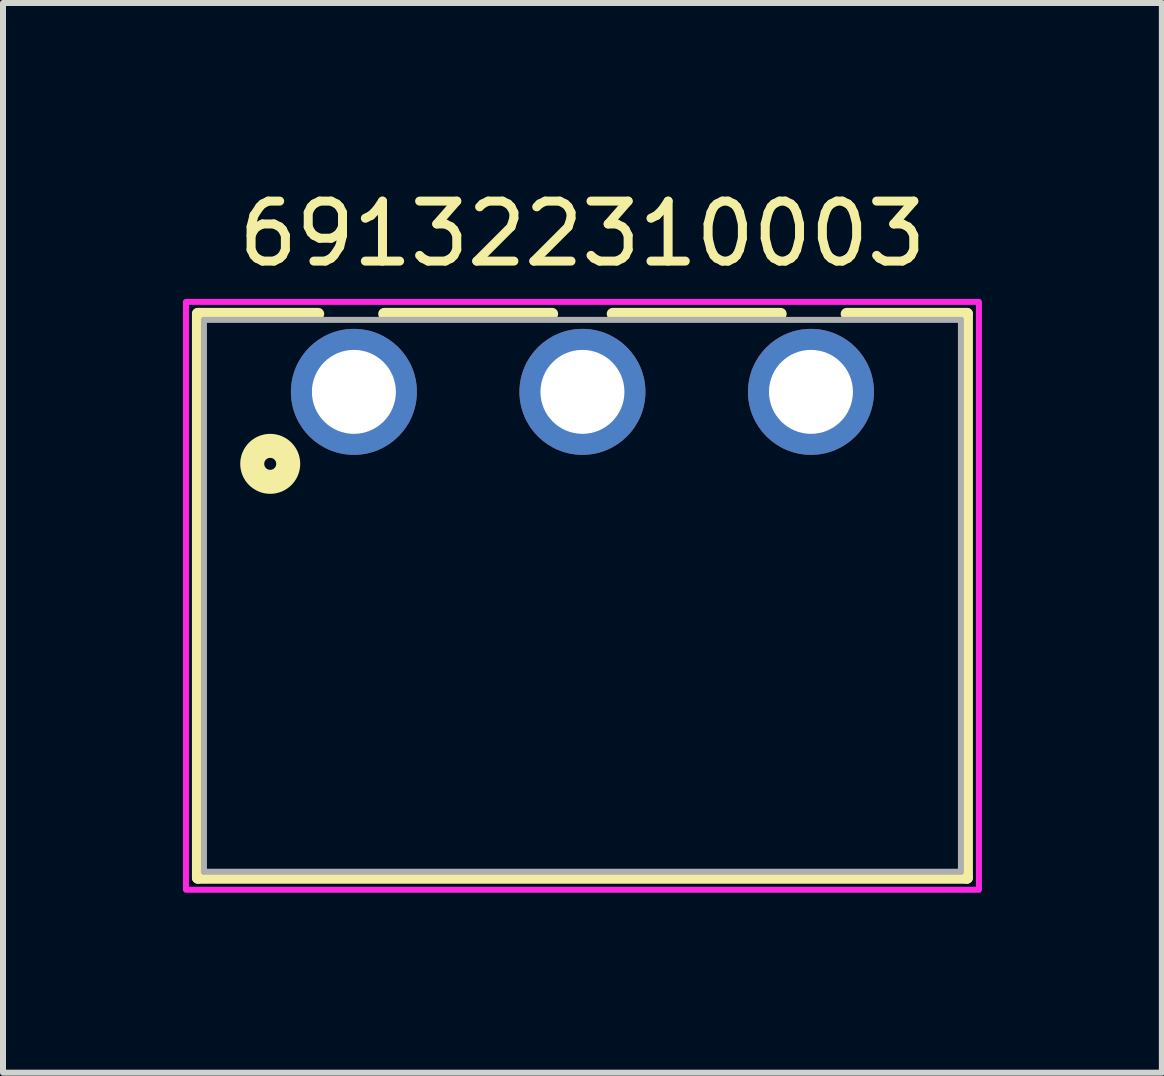
<source format=kicad_pcb>
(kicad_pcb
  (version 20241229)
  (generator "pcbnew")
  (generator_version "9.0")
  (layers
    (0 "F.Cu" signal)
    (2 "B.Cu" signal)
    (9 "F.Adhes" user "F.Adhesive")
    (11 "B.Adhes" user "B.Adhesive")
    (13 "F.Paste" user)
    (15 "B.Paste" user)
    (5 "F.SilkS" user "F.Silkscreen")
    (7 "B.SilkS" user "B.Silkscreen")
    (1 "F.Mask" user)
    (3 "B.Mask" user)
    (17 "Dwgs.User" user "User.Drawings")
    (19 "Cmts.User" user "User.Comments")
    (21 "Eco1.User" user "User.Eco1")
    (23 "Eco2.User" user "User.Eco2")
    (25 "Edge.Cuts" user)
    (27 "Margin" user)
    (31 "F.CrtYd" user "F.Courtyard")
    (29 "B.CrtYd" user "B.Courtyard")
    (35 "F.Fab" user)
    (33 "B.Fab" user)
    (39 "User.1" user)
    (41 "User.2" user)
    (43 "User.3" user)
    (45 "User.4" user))
  (footprint "691322310003"
    (layer "F.Cu")
    (at 6.66 3.483)
    (property "Reference" "691322310003" (at 0 -2.635 0) (layer "F.SilkS") (effects (font (size 1 1) (thickness 0.15))))
    (attr through_hole)
    (fp_line (start -6.41 -1.3) (end -4.405 -1.3) (stroke (width 0.2) (type solid)) (layer "F.SilkS"))
    (fp_line (start -6.41 8.1) (end -6.41 -1.3) (stroke (width 0.2) (type solid)) (layer "F.SilkS"))
    (fp_line (start -3.305 -1.3) (end -0.505 -1.3) (stroke (width 0.2) (type solid)) (layer "F.SilkS"))
    (fp_line (start 0.505 -1.3) (end 3.305 -1.3) (stroke (width 0.2) (type solid)) (layer "F.SilkS"))
    (fp_line (start 4.405 -1.3) (end 6.41 -1.3) (stroke (width 0.2) (type solid)) (layer "F.SilkS"))
    (fp_line (start 6.41 -1.3) (end 6.41 8.1) (stroke (width 0.2) (type solid)) (layer "F.SilkS"))
    (fp_line (start 6.41 8.1) (end -6.41 8.1) (stroke (width 0.2) (type solid)) (layer "F.SilkS"))
    (fp_circle (center -5.205 1.2) (end -5.105 1.2) (stroke (width 0.4) (type solid)) (fill no) (layer "F.SilkS"))
    (fp_poly (pts (xy -6.61 -1.5) (xy 6.61 -1.5) (xy 6.61 8.3) (xy -6.61 8.3)) (stroke (width 0.1) (type solid)) (fill no) (layer "F.CrtYd"))
    (fp_line (start -6.31 -1.2) (end -6.31 8) (stroke (width 0.1) (type solid)) (layer "F.Fab"))
    (fp_line (start -6.31 8) (end 6.31 8) (stroke (width 0.1) (type solid)) (layer "F.Fab"))
    (fp_line (start 6.31 -1.2) (end -6.31 -1.2) (stroke (width 0.1) (type solid)) (layer "F.Fab"))
    (fp_line (start 6.31 8) (end 6.31 -1.2) (stroke (width 0.1) (type solid)) (layer "F.Fab"))
    (pad "1" thru_hole circle (at -3.81 0) (size 2.1 2.1) (drill 1.4) (layers "*.Cu" "*.Mask"))
    (pad "2" thru_hole circle (at 0 0) (size 2.1 2.1) (drill 1.4) (layers "*.Cu" "*.Mask"))
    (pad "3" thru_hole circle (at 3.81 0) (size 2.1 2.1) (drill 1.4) (layers "*.Cu" "*.Mask")))
  (gr_rect
    (start -3 -3)
    (end 16.32 14.833)
    (stroke (width 0.1) (type default))
    (fill no)
    (layer "Edge.Cuts")))
</source>
